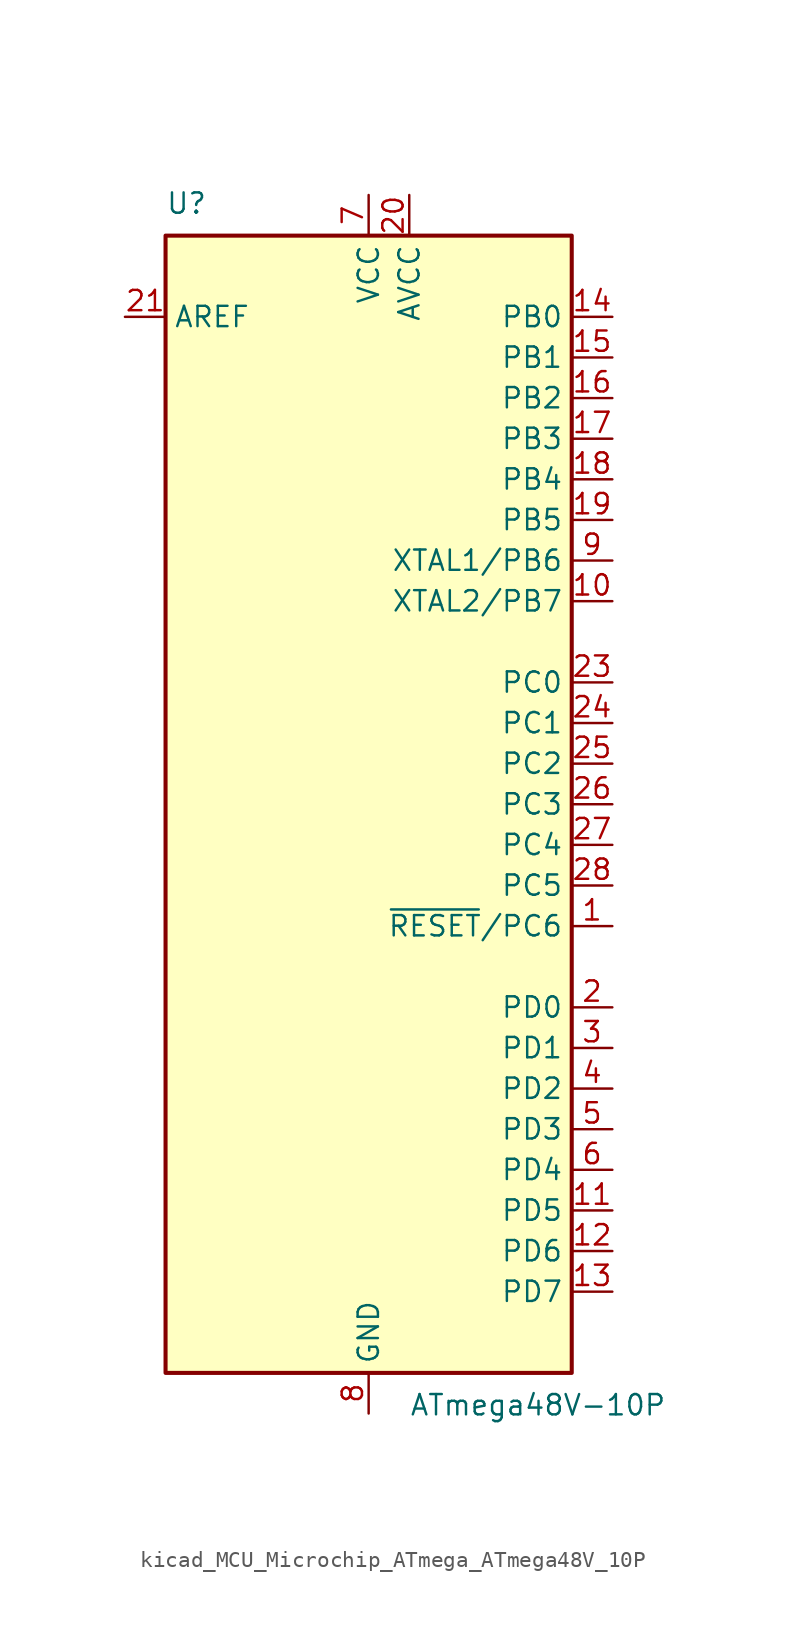
<source format=kicad_sym>
(kicad_symbol_lib
  (version 20220914)
  (generator kicad_symbol_editor)
  (symbol "kicad_MCU_Microchip_ATmega_ATmega48V_10P"
    (property "Reference" "U"
      (at -12.7 36.83 0)
      (effects (font (size 1.27 1.27)) (justify left bottom)))
    (property "Value" "ATmega48V-10P"
      (at 2.54 -36.83 0)
      (effects (font (size 1.27 1.27)) (justify left top)))
    (symbol "kicad_MCU_Microchip_ATmega_ATmega48V_10P_0_1"
      (rectangle (start -12.7 -35.56) (end 12.7 35.56) (stroke (width 0.254) (type default)) (fill (type background))))
    (symbol "kicad_MCU_Microchip_ATmega_ATmega48V_10P_1_1"
      (pin bidirectional line (at 15.24 -7.62 180) (length 2.54) (name "~{RESET}/PC6" (effects (font (size 1.27 1.27)))) (number "1" (effects (font (size 1.27 1.27)))))
      (pin bidirectional line (at 15.24 12.7 180) (length 2.54) (name "XTAL2/PB7" (effects (font (size 1.27 1.27)))) (number "10" (effects (font (size 1.27 1.27)))))
      (pin bidirectional line (at 15.24 -25.4 180) (length 2.54) (name "PD5" (effects (font (size 1.27 1.27)))) (number "11" (effects (font (size 1.27 1.27)))))
      (pin bidirectional line (at 15.24 -27.94 180) (length 2.54) (name "PD6" (effects (font (size 1.27 1.27)))) (number "12" (effects (font (size 1.27 1.27)))))
      (pin bidirectional line (at 15.24 -30.48 180) (length 2.54) (name "PD7" (effects (font (size 1.27 1.27)))) (number "13" (effects (font (size 1.27 1.27)))))
      (pin bidirectional line (at 15.24 30.48 180) (length 2.54) (name "PB0" (effects (font (size 1.27 1.27)))) (number "14" (effects (font (size 1.27 1.27)))))
      (pin bidirectional line (at 15.24 27.94 180) (length 2.54) (name "PB1" (effects (font (size 1.27 1.27)))) (number "15" (effects (font (size 1.27 1.27)))))
      (pin bidirectional line (at 15.24 25.4 180) (length 2.54) (name "PB2" (effects (font (size 1.27 1.27)))) (number "16" (effects (font (size 1.27 1.27)))))
      (pin bidirectional line (at 15.24 22.86 180) (length 2.54) (name "PB3" (effects (font (size 1.27 1.27)))) (number "17" (effects (font (size 1.27 1.27)))))
      (pin bidirectional line (at 15.24 20.32 180) (length 2.54) (name "PB4" (effects (font (size 1.27 1.27)))) (number "18" (effects (font (size 1.27 1.27)))))
      (pin bidirectional line (at 15.24 17.78 180) (length 2.54) (name "PB5" (effects (font (size 1.27 1.27)))) (number "19" (effects (font (size 1.27 1.27)))))
      (pin bidirectional line (at 15.24 -12.7 180) (length 2.54) (name "PD0" (effects (font (size 1.27 1.27)))) (number "2" (effects (font (size 1.27 1.27)))))
      (pin power_in line (at 2.54 38.1 270) (length 2.54) (name "AVCC" (effects (font (size 1.27 1.27)))) (number "20" (effects (font (size 1.27 1.27)))))
      (pin passive line (at -15.24 30.48 0) (length 2.54) (name "AREF" (effects (font (size 1.27 1.27)))) (number "21" (effects (font (size 1.27 1.27)))))
      (pin passive line (at 0 -38.1 90) (length 2.54) hide (name "GND" (effects (font (size 1.27 1.27)))) (number "22" (effects (font (size 1.27 1.27)))))
      (pin bidirectional line (at 15.24 7.62 180) (length 2.54) (name "PC0" (effects (font (size 1.27 1.27)))) (number "23" (effects (font (size 1.27 1.27)))))
      (pin bidirectional line (at 15.24 5.08 180) (length 2.54) (name "PC1" (effects (font (size 1.27 1.27)))) (number "24" (effects (font (size 1.27 1.27)))))
      (pin bidirectional line (at 15.24 2.54 180) (length 2.54) (name "PC2" (effects (font (size 1.27 1.27)))) (number "25" (effects (font (size 1.27 1.27)))))
      (pin bidirectional line (at 15.24 0 180) (length 2.54) (name "PC3" (effects (font (size 1.27 1.27)))) (number "26" (effects (font (size 1.27 1.27)))))
      (pin bidirectional line (at 15.24 -2.54 180) (length 2.54) (name "PC4" (effects (font (size 1.27 1.27)))) (number "27" (effects (font (size 1.27 1.27)))))
      (pin bidirectional line (at 15.24 -5.08 180) (length 2.54) (name "PC5" (effects (font (size 1.27 1.27)))) (number "28" (effects (font (size 1.27 1.27)))))
      (pin bidirectional line (at 15.24 -15.24 180) (length 2.54) (name "PD1" (effects (font (size 1.27 1.27)))) (number "3" (effects (font (size 1.27 1.27)))))
      (pin bidirectional line (at 15.24 -17.78 180) (length 2.54) (name "PD2" (effects (font (size 1.27 1.27)))) (number "4" (effects (font (size 1.27 1.27)))))
      (pin bidirectional line (at 15.24 -20.32 180) (length 2.54) (name "PD3" (effects (font (size 1.27 1.27)))) (number "5" (effects (font (size 1.27 1.27)))))
      (pin bidirectional line (at 15.24 -22.86 180) (length 2.54) (name "PD4" (effects (font (size 1.27 1.27)))) (number "6" (effects (font (size 1.27 1.27)))))
      (pin power_in line (at 0 38.1 270) (length 2.54) (name "VCC" (effects (font (size 1.27 1.27)))) (number "7" (effects (font (size 1.27 1.27)))))
      (pin power_in line (at 0 -38.1 90) (length 2.54) (name "GND" (effects (font (size 1.27 1.27)))) (number "8" (effects (font (size 1.27 1.27)))))
      (pin bidirectional line (at 15.24 15.24 180) (length 2.54) (name "XTAL1/PB6" (effects (font (size 1.27 1.27)))) (number "9" (effects (font (size 1.27 1.27))))))))
</source>
